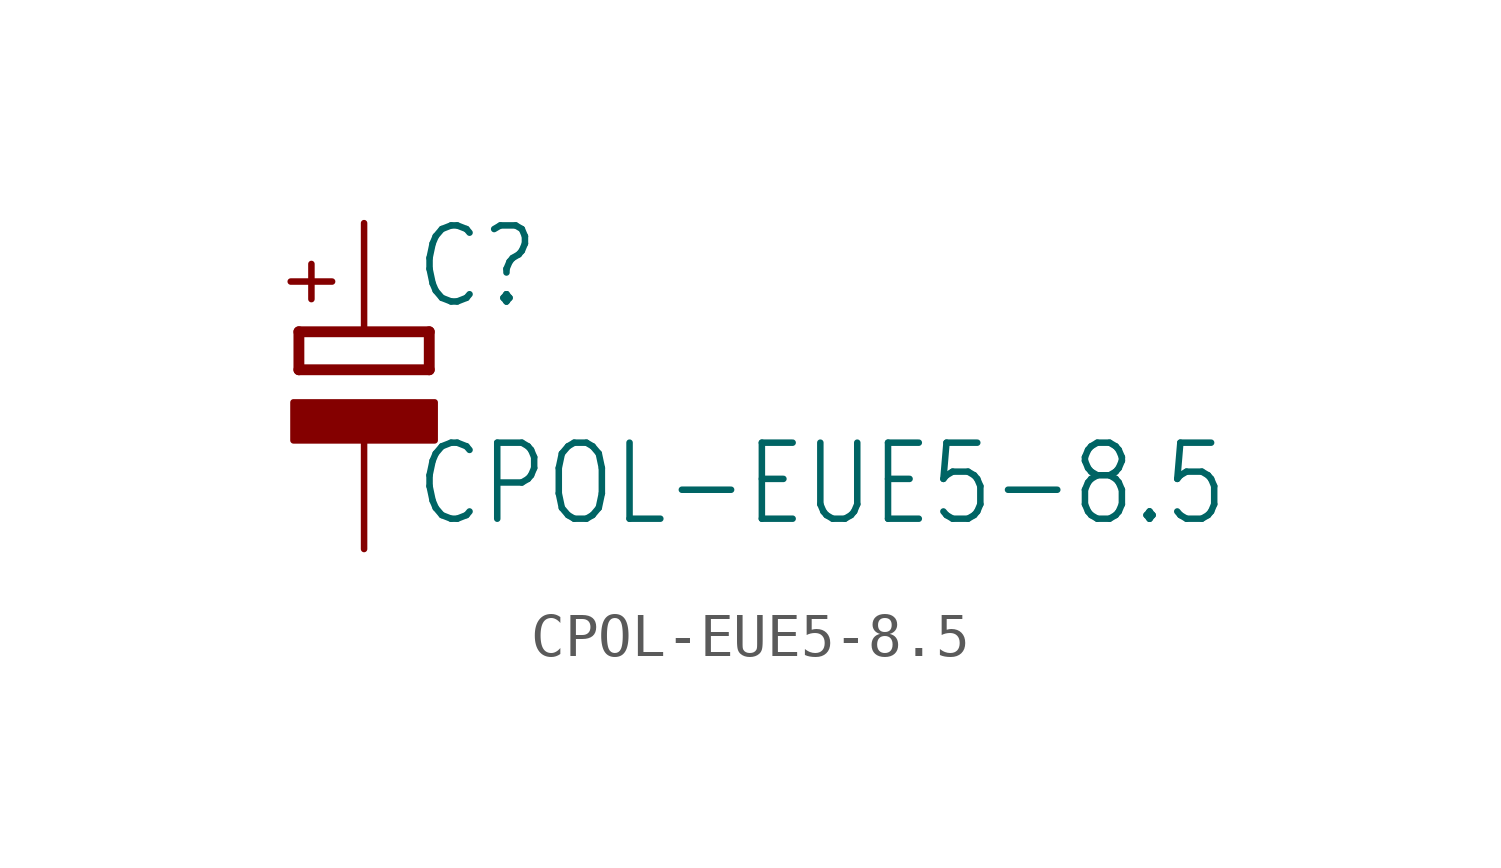
<source format=kicad_sym>
(kicad_symbol_lib
  (version 20211014)
  (generator kicad_symbol_editor)
  (symbol "CPOL-EUE5-8.5"
    (property "Reference" "C"
      (at 1.143 0.483 0)
      (effects (font (size 1.778 1.511)) (justify left bottom)))
    (property "Value" "CPOL-EUE5-8.5"
      (at 1.143 -4.597 0)
      (effects (font (size 1.778 1.511)) (justify left bottom)))
    (property "ki_locked" ""
      (at 0 0 0)
      (effects (font (size 1.27 1.27))))
    (symbol "CPOL-EUE5-8.5_1_0"
      (rectangle (start -1.651 -2.54) (end 1.651 -1.651) (stroke (width 0) (type default) (color 0 0 0 0)) (fill (type outline)))
      (polyline (pts (xy -1.524 -0.889) (xy 1.524 -0.889)) (stroke (width 0.254) (type default) (color 0 0 0 0)) (fill (type none)))
      (polyline (pts (xy -1.524 0) (xy -1.524 -0.889)) (stroke (width 0.254) (type default) (color 0 0 0 0)) (fill (type none)))
      (polyline (pts (xy -1.524 0) (xy 1.524 0)) (stroke (width 0.254) (type default) (color 0 0 0 0)) (fill (type none)))
      (polyline (pts (xy 1.524 -0.889) (xy 1.524 0)) (stroke (width 0.254) (type default) (color 0 0 0 0)) (fill (type none)))
      (text "+" (at -0.584 0.406 900) (effects (font (size 1.27 1.079)) (justify left bottom)))
      (pin passive line (at 0 2.54 270) (length 2.54) (name "+" (effects (font (size 0 0)))) (number "+" (effects (font (size 0 0)))))
      (pin passive line (at 0 -5.08 90) (length 2.54) (name "-" (effects (font (size 0 0)))) (number "-" (effects (font (size 0 0))))))))
</source>
